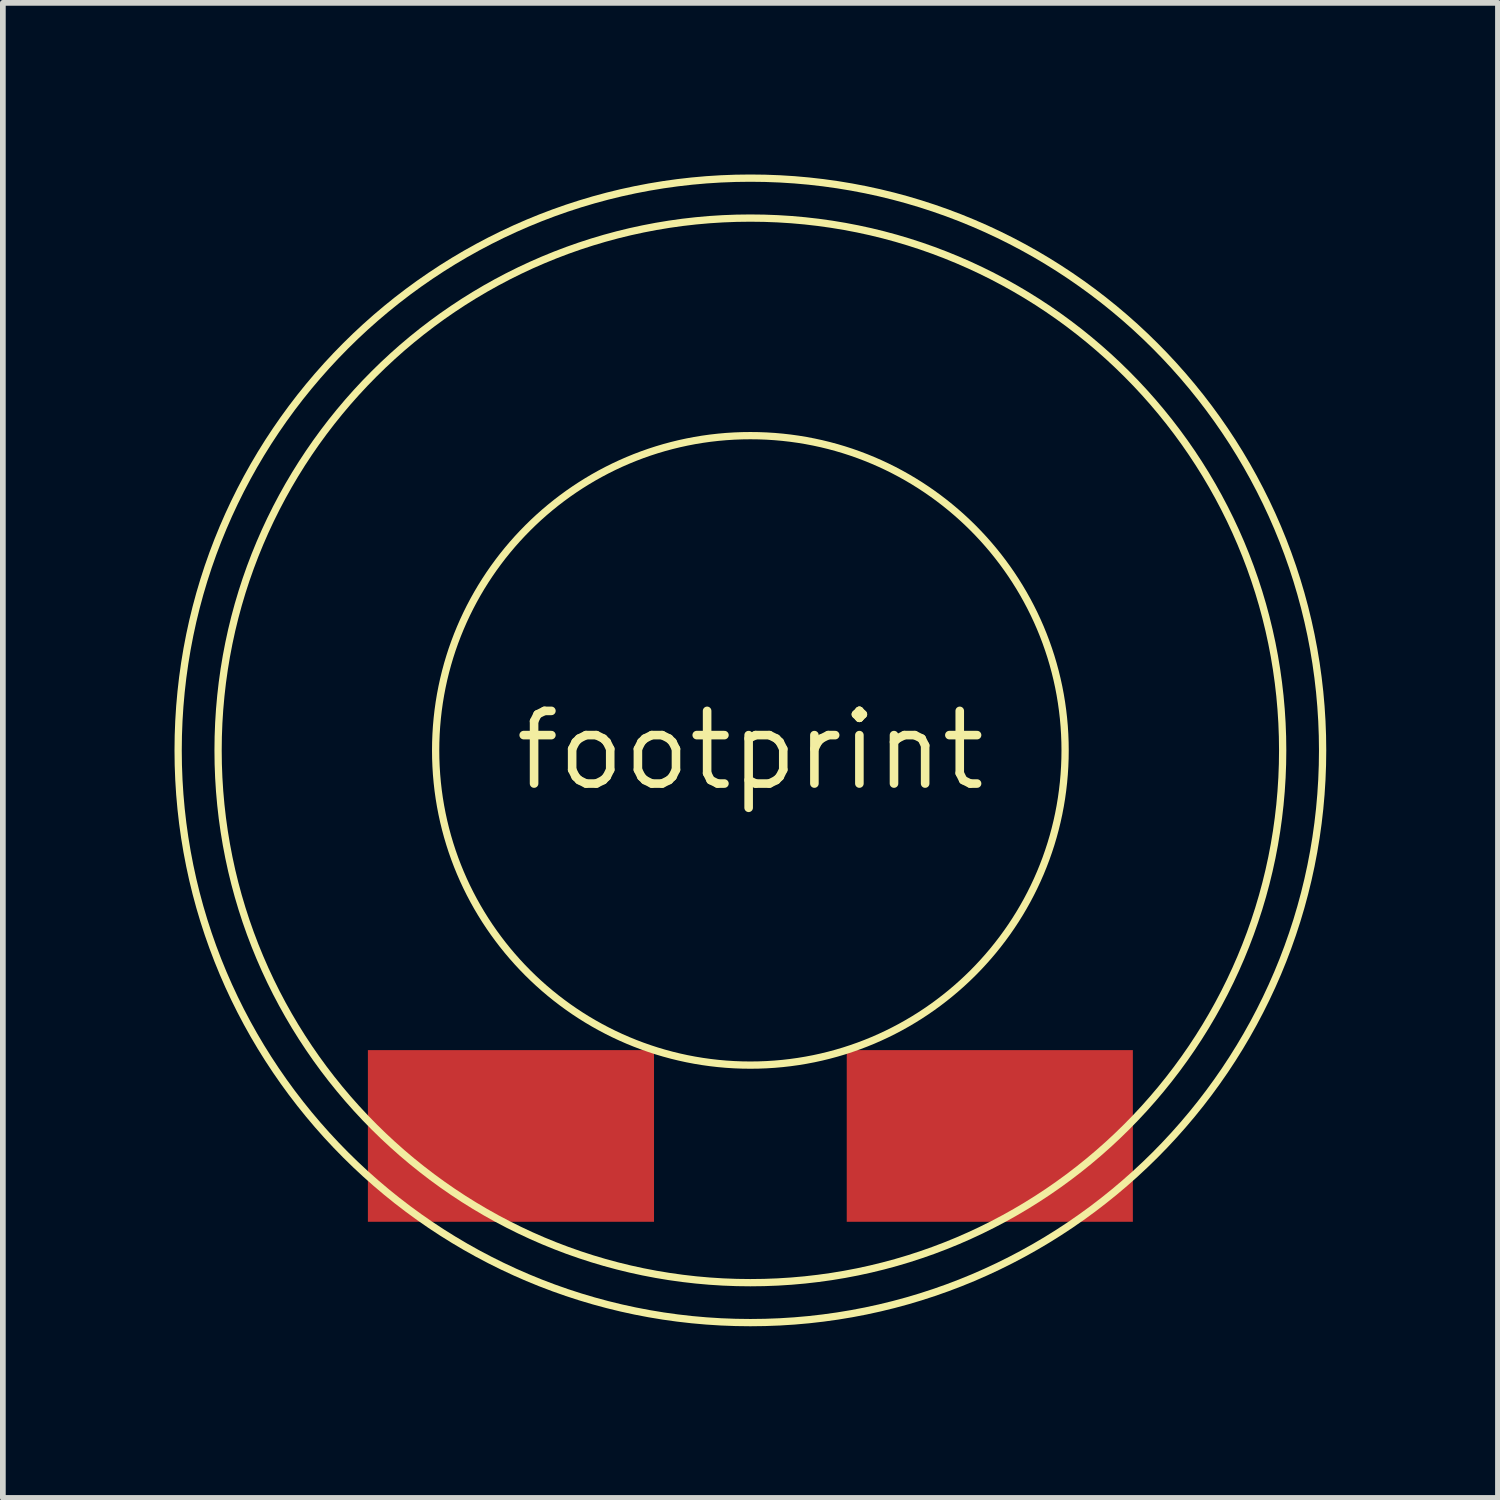
<source format=kicad_pcb>
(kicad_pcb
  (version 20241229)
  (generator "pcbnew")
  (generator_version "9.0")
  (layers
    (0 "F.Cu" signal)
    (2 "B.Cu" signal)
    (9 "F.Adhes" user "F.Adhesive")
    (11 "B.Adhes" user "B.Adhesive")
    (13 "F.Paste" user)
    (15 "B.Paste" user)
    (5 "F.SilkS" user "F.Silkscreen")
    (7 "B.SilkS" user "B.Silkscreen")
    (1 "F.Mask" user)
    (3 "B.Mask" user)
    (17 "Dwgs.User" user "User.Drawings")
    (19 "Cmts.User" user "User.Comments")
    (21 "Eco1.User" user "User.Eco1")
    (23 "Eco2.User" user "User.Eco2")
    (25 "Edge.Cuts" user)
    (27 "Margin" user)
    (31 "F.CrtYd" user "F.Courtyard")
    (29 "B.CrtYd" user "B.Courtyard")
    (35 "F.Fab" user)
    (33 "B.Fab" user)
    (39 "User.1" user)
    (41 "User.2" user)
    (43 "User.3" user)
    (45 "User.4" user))
  (footprint "footprint"
    (layer "F.Cu")
    (at 10.063 10.063)
    (property "Reference" "footprint" (at 0 0 0) (layer "F.SilkS") (effects (font (size 1.27 1.27) (thickness 0.15))))
    (fp_circle (center 0 0) (end 5.5 0) (stroke (width 0.127) (type solid)) (fill no) (layer "F.SilkS"))
    (fp_circle (center 0 0) (end 9.302 0) (stroke (width 0.127) (type solid)) (fill no) (layer "F.SilkS"))
    (fp_circle (center 0 0) (end 10 0) (stroke (width 0.127) (type solid)) (fill no) (layer "F.SilkS"))
    (pad "1" smd rect (at -4.184 6.738 90) (size 3 5) (layers "F.Cu" "F.Mask" "F.Paste"))
    (pad "2" smd rect (at 4.184 6.738 90) (size 3 5) (layers "F.Cu" "F.Mask" "F.Paste")))
  (gr_rect
    (start -3 -3)
    (end 23.127 23.127)
    (stroke (width 0.1) (type default))
    (fill no)
    (layer "Edge.Cuts")))
</source>
